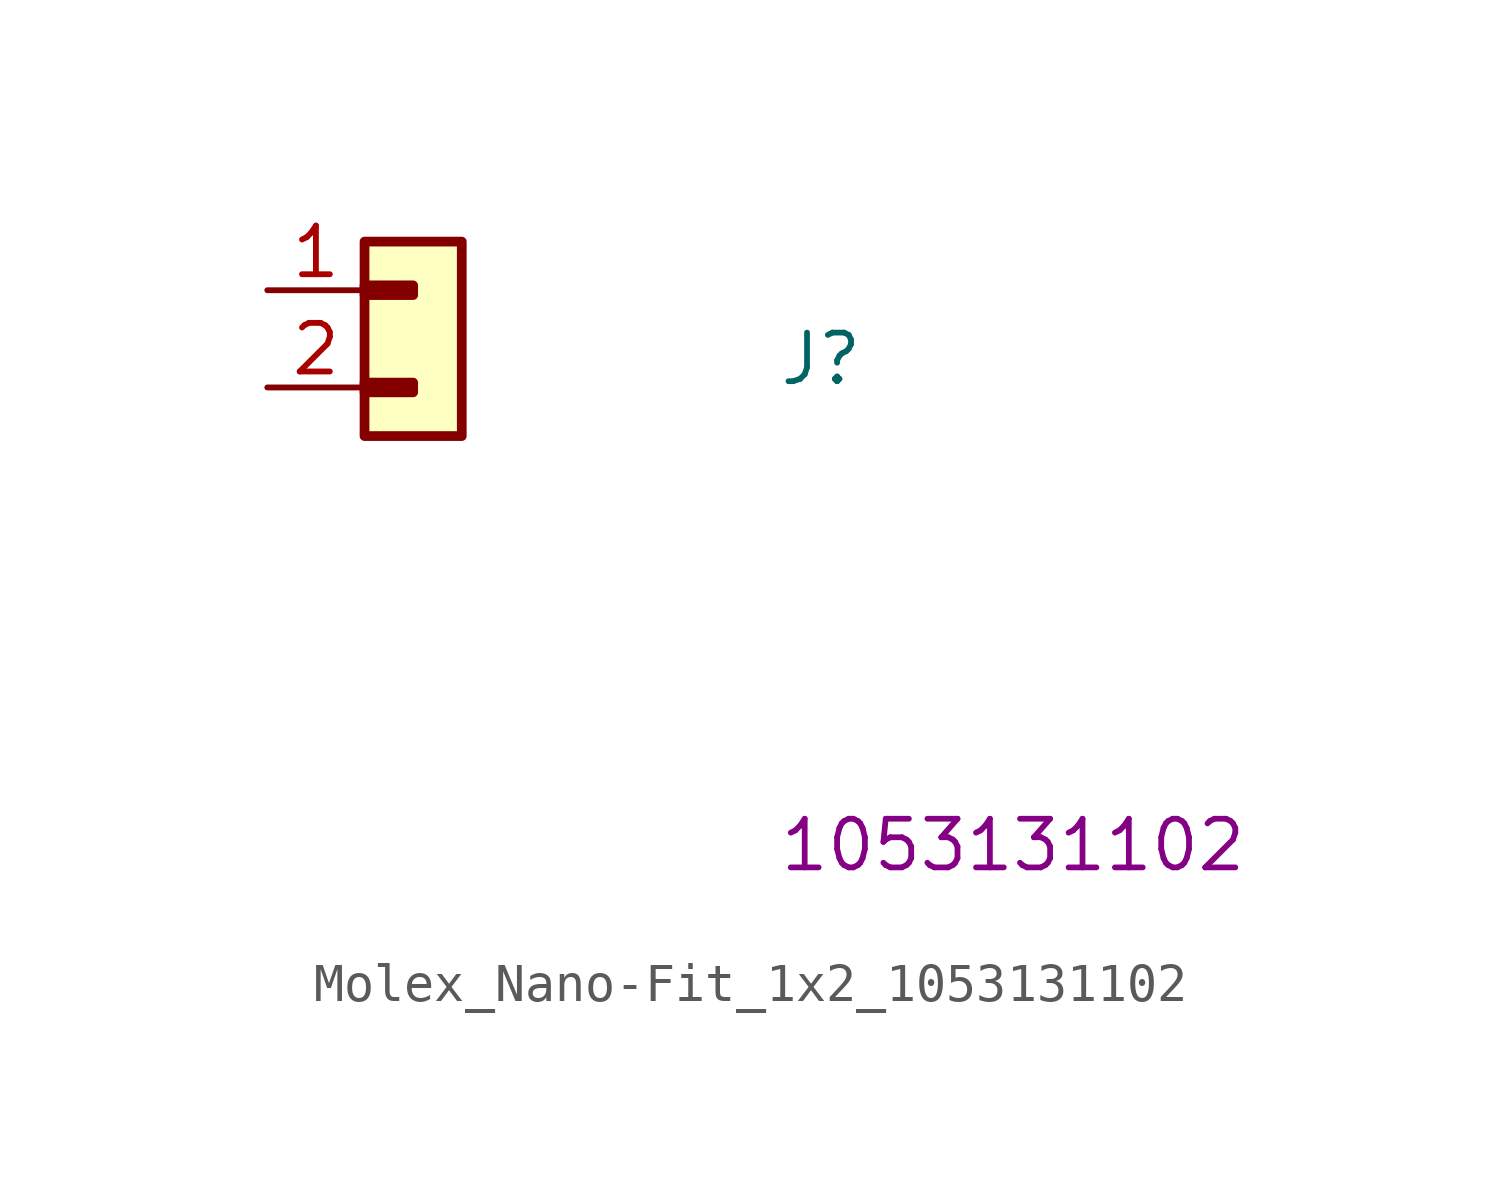
<source format=kicad_sym>
(kicad_symbol_lib
  (version 20220914)
  (generator kicad_symbol_editor)
  (symbol "Molex_Nano-Fit_1x2_1053131102"
    (property "Reference" "J"
      (at 13.335 -2.54 0)
      (effects (font (size 1.27 1.27) (thickness 0.15)) (justify left bottom)))
    (property "MPN" "1053131102"
      (at 13.335 -15.24 0)
      (effects (font (size 1.27 1.27) (thickness 0.15)) (justify left bottom)))
    (symbol "Molex_Nano-Fit_1x2_1053131102_1_1"
      (rectangle (start 2.54 -2.413) (end 3.81 -2.667) (stroke (width 0.254) (type default)) (fill (type background)))
      (rectangle (start 2.54 0.127) (end 3.81 -0.127) (stroke (width 0.254) (type default)) (fill (type background)))
      (rectangle (start 2.54 1.27) (end 5.08 -3.81) (stroke (width 0.254) (type default)) (fill (type background)))
      (pin input line (at 0 0 0) (length 2.54) (name "~" (effects (font (size 1.27 1.27)))) (number "1" (effects (font (size 1.27 1.27)))))
      (pin input line (at 0 -2.54 0) (length 2.54) (name "~" (effects (font (size 1.27 1.27)))) (number "2" (effects (font (size 1.27 1.27))))))))
</source>
